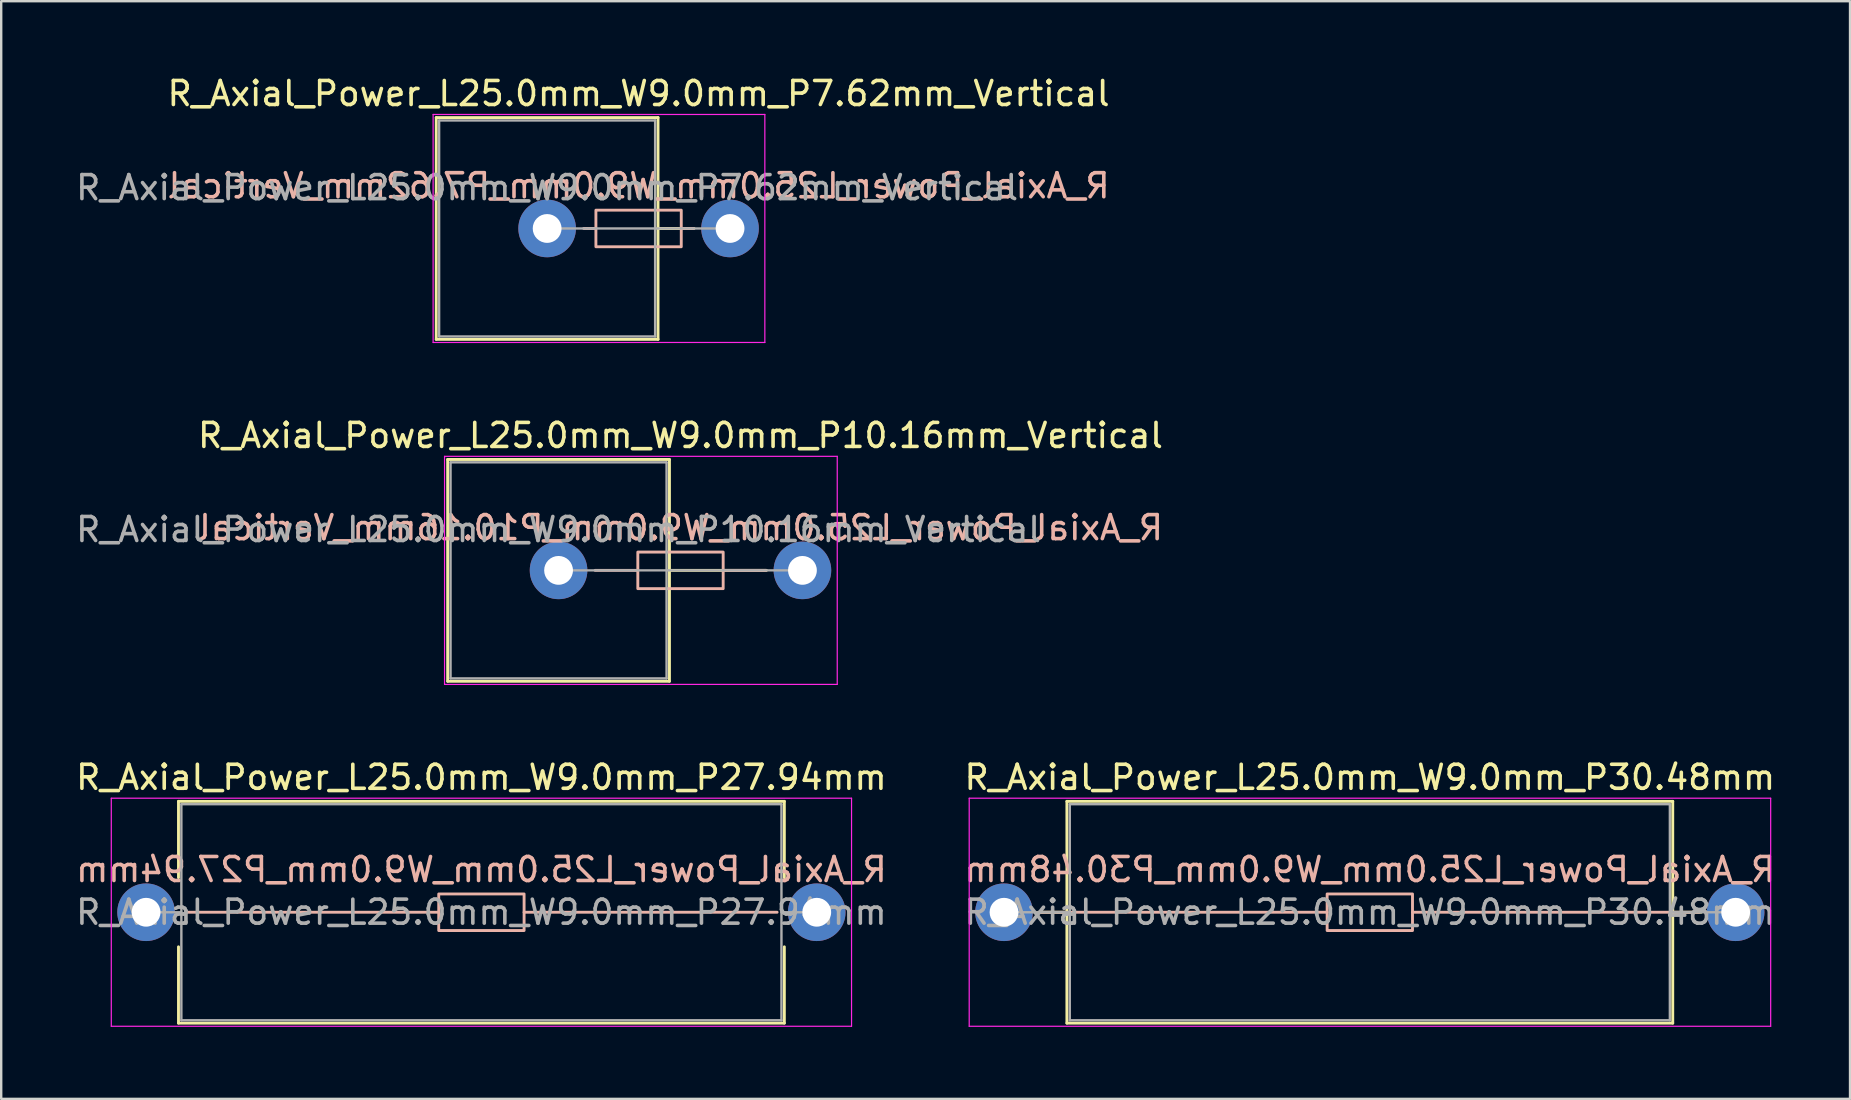
<source format=kicad_pcb>
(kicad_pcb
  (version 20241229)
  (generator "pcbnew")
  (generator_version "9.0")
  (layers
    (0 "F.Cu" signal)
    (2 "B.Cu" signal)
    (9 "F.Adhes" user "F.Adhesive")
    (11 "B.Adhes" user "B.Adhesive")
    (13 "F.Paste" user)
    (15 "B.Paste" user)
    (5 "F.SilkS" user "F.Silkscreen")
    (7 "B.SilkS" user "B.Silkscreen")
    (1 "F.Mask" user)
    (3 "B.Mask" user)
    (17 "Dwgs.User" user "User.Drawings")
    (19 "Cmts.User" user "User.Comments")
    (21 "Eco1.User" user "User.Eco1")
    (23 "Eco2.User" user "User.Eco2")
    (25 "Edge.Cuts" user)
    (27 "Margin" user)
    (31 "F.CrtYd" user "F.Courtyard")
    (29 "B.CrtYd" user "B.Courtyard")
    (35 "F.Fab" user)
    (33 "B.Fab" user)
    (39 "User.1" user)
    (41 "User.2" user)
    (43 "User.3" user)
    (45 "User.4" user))
  (footprint "R_Axial_Power_L25.0mm_W9.0mm_P30.48mm"
    (layer "F.Cu")
    (at 38.778 34.955)
    (property "Reference" "R_Axial_Power_L25.0mm_W9.0mm_P30.48mm" (at 15.24 -5.62 0) (layer "F.SilkS") (effects (font (size 1 1) (thickness 0.15))))
    (fp_line (start 1.44 0) (end 2.62 0) (stroke (width 0.12) (type solid)) (layer "F.SilkS"))
    (fp_line (start 2.62 -4.62) (end 2.62 4.62) (stroke (width 0.12) (type solid)) (layer "F.SilkS"))
    (fp_line (start 2.62 4.62) (end 27.86 4.62) (stroke (width 0.12) (type solid)) (layer "F.SilkS"))
    (fp_line (start 27.86 -4.62) (end 2.62 -4.62) (stroke (width 0.12) (type solid)) (layer "F.SilkS"))
    (fp_line (start 27.86 4.62) (end 27.86 -4.62) (stroke (width 0.12) (type solid)) (layer "F.SilkS"))
    (fp_line (start 29.04 0) (end 27.86 0) (stroke (width 0.12) (type solid)) (layer "F.SilkS"))
    (fp_line (start 13.462 0) (end 1.524 0) (stroke (width 0.12) (type solid)) (layer "B.SilkS"))
    (fp_line (start 17.018 0) (end 28.956 0) (stroke (width 0.12) (type solid)) (layer "B.SilkS"))
    (fp_rect (start 13.462 -0.762) (end 17.018 0.762) (stroke (width 0.12) (type solid)) (fill no) (layer "B.SilkS"))
    (fp_line (start -1.45 -4.75) (end -1.45 4.75) (stroke (width 0.05) (type solid)) (layer "F.CrtYd"))
    (fp_line (start -1.45 4.75) (end 31.94 4.75) (stroke (width 0.05) (type solid)) (layer "F.CrtYd"))
    (fp_line (start 31.94 -4.75) (end -1.45 -4.75) (stroke (width 0.05) (type solid)) (layer "F.CrtYd"))
    (fp_line (start 31.94 4.75) (end 31.94 -4.75) (stroke (width 0.05) (type solid)) (layer "F.CrtYd"))
    (fp_line (start 0 0) (end 2.74 0) (stroke (width 0.1) (type solid)) (layer "F.Fab"))
    (fp_line (start 2.74 -4.5) (end 2.74 4.5) (stroke (width 0.1) (type solid)) (layer "F.Fab"))
    (fp_line (start 2.74 4.5) (end 27.74 4.5) (stroke (width 0.1) (type solid)) (layer "F.Fab"))
    (fp_line (start 27.74 -4.5) (end 2.74 -4.5) (stroke (width 0.1) (type solid)) (layer "F.Fab"))
    (fp_line (start 27.74 4.5) (end 27.74 -4.5) (stroke (width 0.1) (type solid)) (layer "F.Fab"))
    (fp_line (start 30.48 0) (end 27.74 0) (stroke (width 0.1) (type solid)) (layer "F.Fab"))
    (fp_text user "${REFERENCE}" (at 15.24 -1.778 0) (layer "B.SilkS") (effects (font (size 1 1) (thickness 0.15)) (justify mirror)))
    (fp_text user "${REFERENCE}" (at 15.24 0 0) (layer "F.Fab") (effects (font (size 1 1) (thickness 0.15))))
    (pad "1" thru_hole circle (at 0 0) (size 2.4 2.4) (drill 1.2) (layers "*.Cu" "*.Mask"))
    (pad "2" thru_hole oval (at 30.48 0) (size 2.4 2.4) (drill 1.2) (layers "*.Cu" "*.Mask")))
  (footprint "R_Axial_Power_L25.0mm_W9.0mm_P27.94mm"
    (layer "F.Cu")
    (at 3.036 34.955)
    (property "Reference" "R_Axial_Power_L25.0mm_W9.0mm_P27.94mm" (at 13.97 -5.62 0) (layer "F.SilkS") (effects (font (size 1 1) (thickness 0.15))))
    (fp_line (start 1.35 -4.62) (end 26.59 -4.62) (stroke (width 0.12) (type solid)) (layer "F.SilkS"))
    (fp_line (start 1.35 -1.44) (end 1.35 -4.62) (stroke (width 0.12) (type solid)) (layer "F.SilkS"))
    (fp_line (start 1.35 1.44) (end 1.35 4.62) (stroke (width 0.12) (type solid)) (layer "F.SilkS"))
    (fp_line (start 1.35 4.62) (end 26.59 4.62) (stroke (width 0.12) (type solid)) (layer "F.SilkS"))
    (fp_line (start 26.59 -4.62) (end 26.59 -1.44) (stroke (width 0.12) (type solid)) (layer "F.SilkS"))
    (fp_line (start 26.59 4.62) (end 26.59 1.44) (stroke (width 0.12) (type solid)) (layer "F.SilkS"))
    (fp_line (start 12.192 0) (end 1.651 0) (stroke (width 0.12) (type solid)) (layer "B.SilkS"))
    (fp_line (start 15.748 0) (end 26.289 0) (stroke (width 0.12) (type solid)) (layer "B.SilkS"))
    (fp_rect (start 12.192 -0.762) (end 15.748 0.762) (stroke (width 0.12) (type solid)) (fill no) (layer "B.SilkS"))
    (fp_line (start -1.45 -4.75) (end -1.45 4.75) (stroke (width 0.05) (type solid)) (layer "F.CrtYd"))
    (fp_line (start -1.45 4.75) (end 29.39 4.75) (stroke (width 0.05) (type solid)) (layer "F.CrtYd"))
    (fp_line (start 29.39 -4.75) (end -1.45 -4.75) (stroke (width 0.05) (type solid)) (layer "F.CrtYd"))
    (fp_line (start 29.39 4.75) (end 29.39 -4.75) (stroke (width 0.05) (type solid)) (layer "F.CrtYd"))
    (fp_line (start 0 0) (end 1.47 0) (stroke (width 0.1) (type solid)) (layer "F.Fab"))
    (fp_line (start 1.47 -4.5) (end 1.47 4.5) (stroke (width 0.1) (type solid)) (layer "F.Fab"))
    (fp_line (start 1.47 4.5) (end 26.47 4.5) (stroke (width 0.1) (type solid)) (layer "F.Fab"))
    (fp_line (start 26.47 -4.5) (end 1.47 -4.5) (stroke (width 0.1) (type solid)) (layer "F.Fab"))
    (fp_line (start 26.47 4.5) (end 26.47 -4.5) (stroke (width 0.1) (type solid)) (layer "F.Fab"))
    (fp_line (start 27.94 0) (end 26.47 0) (stroke (width 0.1) (type solid)) (layer "F.Fab"))
    (fp_text user "${REFERENCE}" (at 13.97 -1.778 0) (layer "B.SilkS") (effects (font (size 1 1) (thickness 0.15)) (justify mirror)))
    (fp_text user "${REFERENCE}" (at 13.97 0 0) (layer "F.Fab") (effects (font (size 1 1) (thickness 0.15))))
    (pad "1" thru_hole circle (at 0 0) (size 2.4 2.4) (drill 1.2) (layers "*.Cu" "*.Mask"))
    (pad "2" thru_hole oval (at 27.94 0) (size 2.4 2.4) (drill 1.2) (layers "*.Cu" "*.Mask")))
  (footprint "R_Axial_Power_L25.0mm_W9.0mm_P7.62mm_Vertical"
    (layer "F.Cu")
    (at 19.744 6.468)
    (property "Reference" "R_Axial_Power_L25.0mm_W9.0mm_P7.62mm_Vertical" (at 3.81 -5.62 0) (layer "F.SilkS") (effects (font (size 1 1) (thickness 0.15))))
    (fp_line (start -4.62 -4.62) (end -4.62 4.62) (stroke (width 0.12) (type solid)) (layer "F.SilkS"))
    (fp_line (start -4.62 4.62) (end 4.62 4.62) (stroke (width 0.12) (type solid)) (layer "F.SilkS"))
    (fp_line (start 4.62 -4.62) (end -4.62 -4.62) (stroke (width 0.12) (type solid)) (layer "F.SilkS"))
    (fp_line (start 4.62 0) (end 6.12 0) (stroke (width 0.12) (type solid)) (layer "F.SilkS"))
    (fp_line (start 4.62 4.62) (end 4.62 -4.62) (stroke (width 0.12) (type solid)) (layer "F.SilkS"))
    (fp_line (start 2.032 0) (end 1.524 0) (stroke (width 0.12) (type solid)) (layer "B.SilkS"))
    (fp_line (start 5.588 0) (end 6.096 0) (stroke (width 0.12) (type solid)) (layer "B.SilkS"))
    (fp_rect (start 2.032 -0.762) (end 5.588 0.762) (stroke (width 0.12) (type solid)) (fill no) (layer "B.SilkS"))
    (fp_line (start -4.75 -4.75) (end -4.75 4.75) (stroke (width 0.05) (type solid)) (layer "F.CrtYd"))
    (fp_line (start -4.75 4.75) (end 9.07 4.75) (stroke (width 0.05) (type solid)) (layer "F.CrtYd"))
    (fp_line (start 9.07 -4.75) (end -4.75 -4.75) (stroke (width 0.05) (type solid)) (layer "F.CrtYd"))
    (fp_line (start 9.07 4.75) (end 9.07 -4.75) (stroke (width 0.05) (type solid)) (layer "F.CrtYd"))
    (fp_line (start -4.5 -4.5) (end -4.5 4.5) (stroke (width 0.1) (type solid)) (layer "F.Fab"))
    (fp_line (start -4.5 4.5) (end 4.5 4.5) (stroke (width 0.1) (type solid)) (layer "F.Fab"))
    (fp_line (start 0 0) (end 7.62 0) (stroke (width 0.1) (type solid)) (layer "F.Fab"))
    (fp_line (start 4.5 -4.5) (end -4.5 -4.5) (stroke (width 0.1) (type solid)) (layer "F.Fab"))
    (fp_line (start 4.5 4.5) (end 4.5 -4.5) (stroke (width 0.1) (type solid)) (layer "F.Fab"))
    (fp_text user "${REFERENCE}" (at 3.81 -1.778 0) (layer "B.SilkS") (effects (font (size 1 1) (thickness 0.15)) (justify mirror)))
    (fp_text user "${REFERENCE}" (at 0 -1.7 0) (layer "F.Fab") (effects (font (size 1 1) (thickness 0.15))))
    (pad "1" thru_hole circle (at 0 0) (size 2.4 2.4) (drill 1.2) (layers "*.Cu" "*.Mask"))
    (pad "2" thru_hole oval (at 7.62 0) (size 2.4 2.4) (drill 1.2) (layers "*.Cu" "*.Mask")))
  (footprint "R_Axial_Power_L25.0mm_W9.0mm_P10.16mm_Vertical"
    (layer "F.Cu")
    (at 20.22 20.712)
    (property "Reference" "R_Axial_Power_L25.0mm_W9.0mm_P10.16mm_Vertical" (at 5.08 -5.62 0) (layer "F.SilkS") (effects (font (size 1 1) (thickness 0.15))))
    (fp_line (start -4.62 -4.62) (end -4.62 4.62) (stroke (width 0.12) (type solid)) (layer "F.SilkS"))
    (fp_line (start -4.62 4.62) (end 4.62 4.62) (stroke (width 0.12) (type solid)) (layer "F.SilkS"))
    (fp_line (start 4.62 -4.62) (end -4.62 -4.62) (stroke (width 0.12) (type solid)) (layer "F.SilkS"))
    (fp_line (start 4.62 0) (end 8.66 0) (stroke (width 0.12) (type solid)) (layer "F.SilkS"))
    (fp_line (start 4.62 4.62) (end 4.62 -4.62) (stroke (width 0.12) (type solid)) (layer "F.SilkS"))
    (fp_line (start 3.302 0) (end 1.524 0) (stroke (width 0.12) (type solid)) (layer "B.SilkS"))
    (fp_line (start 6.858 0) (end 8.636 0) (stroke (width 0.12) (type solid)) (layer "B.SilkS"))
    (fp_rect (start 3.302 -0.762) (end 6.858 0.762) (stroke (width 0.12) (type solid)) (fill no) (layer "B.SilkS"))
    (fp_line (start -4.75 -4.75) (end -4.75 4.75) (stroke (width 0.05) (type solid)) (layer "F.CrtYd"))
    (fp_line (start -4.75 4.75) (end 11.61 4.75) (stroke (width 0.05) (type solid)) (layer "F.CrtYd"))
    (fp_line (start 11.61 -4.75) (end -4.75 -4.75) (stroke (width 0.05) (type solid)) (layer "F.CrtYd"))
    (fp_line (start 11.61 4.75) (end 11.61 -4.75) (stroke (width 0.05) (type solid)) (layer "F.CrtYd"))
    (fp_line (start -4.5 -4.5) (end -4.5 4.5) (stroke (width 0.1) (type solid)) (layer "F.Fab"))
    (fp_line (start -4.5 4.5) (end 4.5 4.5) (stroke (width 0.1) (type solid)) (layer "F.Fab"))
    (fp_line (start 0 0) (end 10.16 0) (stroke (width 0.1) (type solid)) (layer "F.Fab"))
    (fp_line (start 4.5 -4.5) (end -4.5 -4.5) (stroke (width 0.1) (type solid)) (layer "F.Fab"))
    (fp_line (start 4.5 4.5) (end 4.5 -4.5) (stroke (width 0.1) (type solid)) (layer "F.Fab"))
    (fp_text user "${REFERENCE}" (at 5.08 -1.778 0) (layer "B.SilkS") (effects (font (size 1 1) (thickness 0.15)) (justify mirror)))
    (fp_text user "${REFERENCE}" (at 0 -1.7 0) (layer "F.Fab") (effects (font (size 1 1) (thickness 0.15))))
    (pad "1" thru_hole circle (at 0 0) (size 2.4 2.4) (drill 1.2) (layers "*.Cu" "*.Mask"))
    (pad "2" thru_hole oval (at 10.16 0) (size 2.4 2.4) (drill 1.2) (layers "*.Cu" "*.Mask")))
  (gr_rect
    (start -3 -3)
    (end 74.024 42.73)
    (stroke (width 0.1) (type default))
    (fill no)
    (layer "Edge.Cuts")))
</source>
